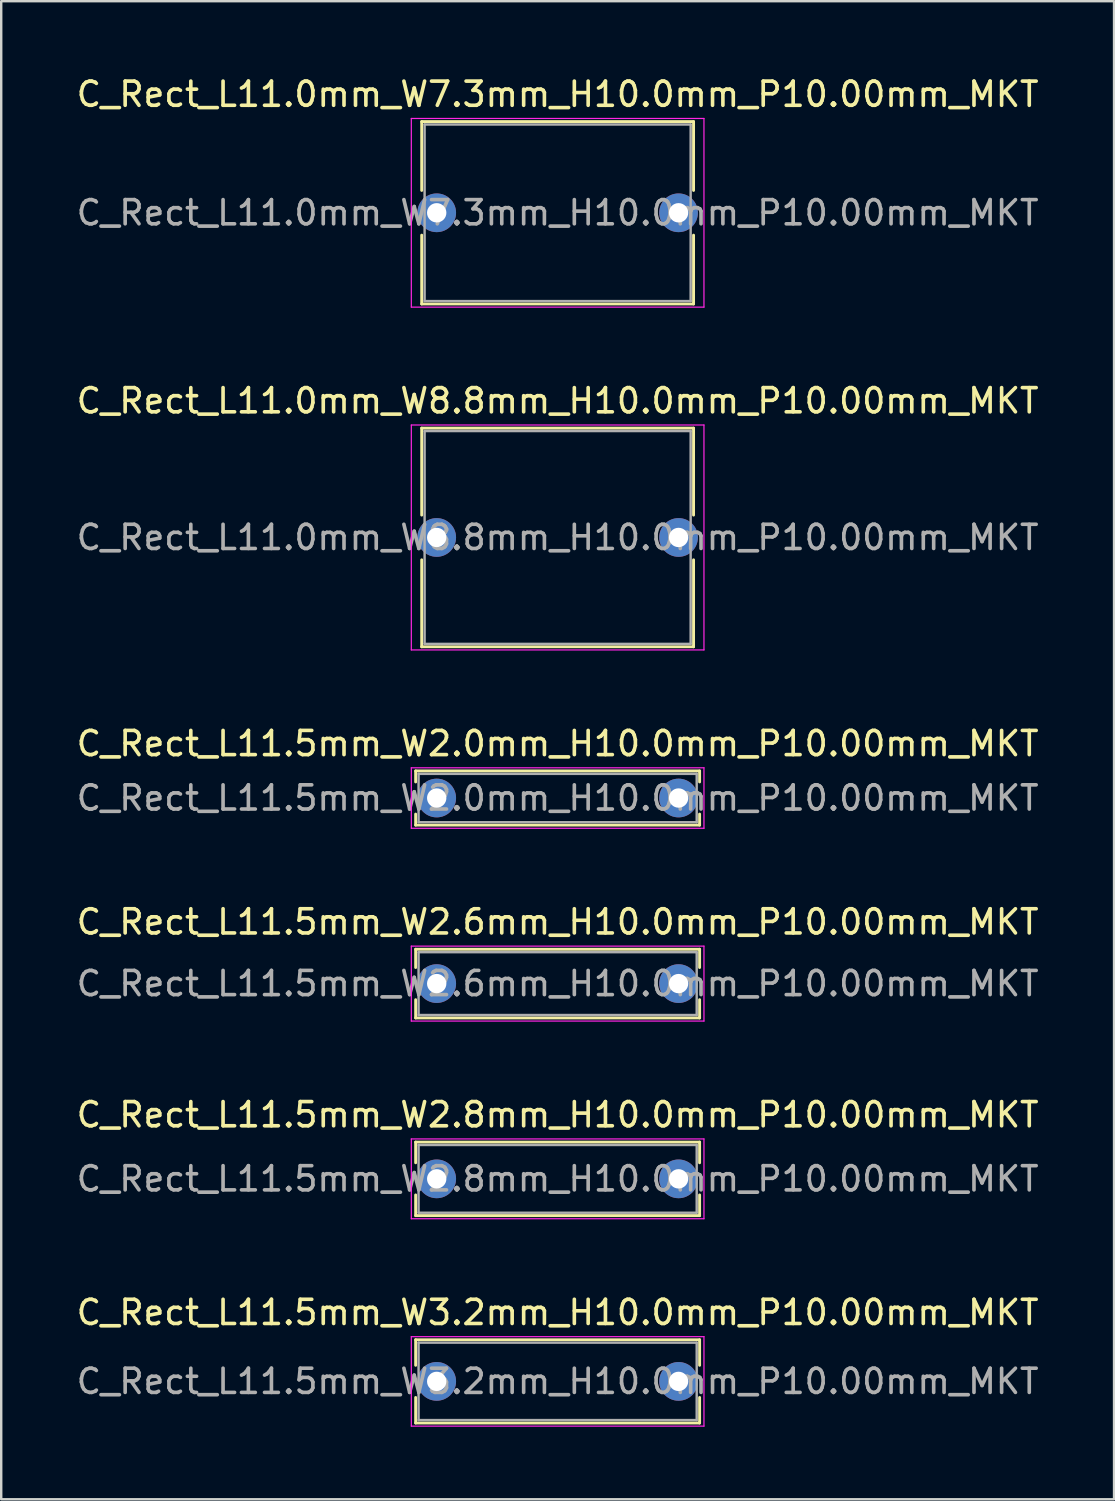
<source format=kicad_pcb>
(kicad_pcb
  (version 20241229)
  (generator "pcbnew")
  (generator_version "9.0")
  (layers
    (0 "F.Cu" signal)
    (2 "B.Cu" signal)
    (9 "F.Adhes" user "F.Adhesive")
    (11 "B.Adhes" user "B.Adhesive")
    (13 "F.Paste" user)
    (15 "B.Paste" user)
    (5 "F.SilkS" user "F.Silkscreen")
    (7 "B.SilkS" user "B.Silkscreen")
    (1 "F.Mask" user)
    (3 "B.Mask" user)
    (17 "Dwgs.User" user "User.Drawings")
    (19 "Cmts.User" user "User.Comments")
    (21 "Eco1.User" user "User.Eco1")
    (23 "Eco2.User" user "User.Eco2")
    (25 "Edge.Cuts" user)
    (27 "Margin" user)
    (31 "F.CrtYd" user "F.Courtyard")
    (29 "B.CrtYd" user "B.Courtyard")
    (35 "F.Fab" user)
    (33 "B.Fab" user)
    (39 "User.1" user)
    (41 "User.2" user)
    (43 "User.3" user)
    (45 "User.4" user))
  (footprint "C_Rect_L11.0mm_W7.3mm_H10.0mm_P10.00mm_MKT"
    (layer "F.Cu")
    (at 15.006 5.748)
    (property "Reference" "C_Rect_L11.0mm_W7.3mm_H10.0mm_P10.00mm_MKT" (at 5 -4.9 0) (layer "F.SilkS") (effects (font (size 1 1) (thickness 0.15))))
    (attr through_hole)
    (fp_line (start -0.62 -3.77) (end -0.62 -0.925) (stroke (width 0.12) (type solid)) (layer "F.SilkS"))
    (fp_line (start -0.62 -3.77) (end 10.62 -3.77) (stroke (width 0.12) (type solid)) (layer "F.SilkS"))
    (fp_line (start -0.62 0.925) (end -0.62 3.77) (stroke (width 0.12) (type solid)) (layer "F.SilkS"))
    (fp_line (start -0.62 3.77) (end 10.62 3.77) (stroke (width 0.12) (type solid)) (layer "F.SilkS"))
    (fp_line (start 10.62 -3.77) (end 10.62 -0.925) (stroke (width 0.12) (type solid)) (layer "F.SilkS"))
    (fp_line (start 10.62 0.925) (end 10.62 3.77) (stroke (width 0.12) (type solid)) (layer "F.SilkS"))
    (fp_line (start -1.05 -3.9) (end -1.05 3.9) (stroke (width 0.05) (type solid)) (layer "F.CrtYd"))
    (fp_line (start -1.05 3.9) (end 11.05 3.9) (stroke (width 0.05) (type solid)) (layer "F.CrtYd"))
    (fp_line (start 11.05 -3.9) (end -1.05 -3.9) (stroke (width 0.05) (type solid)) (layer "F.CrtYd"))
    (fp_line (start 11.05 3.9) (end 11.05 -3.9) (stroke (width 0.05) (type solid)) (layer "F.CrtYd"))
    (fp_line (start -0.5 -3.65) (end -0.5 3.65) (stroke (width 0.1) (type solid)) (layer "F.Fab"))
    (fp_line (start -0.5 3.65) (end 10.5 3.65) (stroke (width 0.1) (type solid)) (layer "F.Fab"))
    (fp_line (start 10.5 -3.65) (end -0.5 -3.65) (stroke (width 0.1) (type solid)) (layer "F.Fab"))
    (fp_line (start 10.5 3.65) (end 10.5 -3.65) (stroke (width 0.1) (type solid)) (layer "F.Fab"))
    (fp_text user "${REFERENCE}" (at 5 0 0) (layer "F.Fab") (effects (font (size 1 1) (thickness 0.15))))
    (pad "1" thru_hole circle (at 0 0) (size 1.6 1.6) (drill 0.8) (layers "*.Cu" "*.Mask"))
    (pad "2" thru_hole circle (at 10 0) (size 1.6 1.6) (drill 0.8) (layers "*.Cu" "*.Mask")))
  (footprint "C_Rect_L11.5mm_W2.6mm_H10.0mm_P10.00mm_MKT"
    (layer "F.Cu")
    (at 15.006 37.618)
    (property "Reference" "C_Rect_L11.5mm_W2.6mm_H10.0mm_P10.00mm_MKT" (at 5 -2.55 0) (layer "F.SilkS") (effects (font (size 1 1) (thickness 0.15))))
    (attr through_hole)
    (fp_line (start -0.87 -1.42) (end -0.87 -0.665) (stroke (width 0.12) (type solid)) (layer "F.SilkS"))
    (fp_line (start -0.87 -1.42) (end 10.87 -1.42) (stroke (width 0.12) (type solid)) (layer "F.SilkS"))
    (fp_line (start -0.87 0.665) (end -0.87 1.42) (stroke (width 0.12) (type solid)) (layer "F.SilkS"))
    (fp_line (start -0.87 1.42) (end 10.87 1.42) (stroke (width 0.12) (type solid)) (layer "F.SilkS"))
    (fp_line (start 10.87 -1.42) (end 10.87 -0.665) (stroke (width 0.12) (type solid)) (layer "F.SilkS"))
    (fp_line (start 10.87 0.665) (end 10.87 1.42) (stroke (width 0.12) (type solid)) (layer "F.SilkS"))
    (fp_line (start -1.05 -1.55) (end -1.05 1.55) (stroke (width 0.05) (type solid)) (layer "F.CrtYd"))
    (fp_line (start -1.05 1.55) (end 11.05 1.55) (stroke (width 0.05) (type solid)) (layer "F.CrtYd"))
    (fp_line (start 11.05 -1.55) (end -1.05 -1.55) (stroke (width 0.05) (type solid)) (layer "F.CrtYd"))
    (fp_line (start 11.05 1.55) (end 11.05 -1.55) (stroke (width 0.05) (type solid)) (layer "F.CrtYd"))
    (fp_line (start -0.75 -1.3) (end -0.75 1.3) (stroke (width 0.1) (type solid)) (layer "F.Fab"))
    (fp_line (start -0.75 1.3) (end 10.75 1.3) (stroke (width 0.1) (type solid)) (layer "F.Fab"))
    (fp_line (start 10.75 -1.3) (end -0.75 -1.3) (stroke (width 0.1) (type solid)) (layer "F.Fab"))
    (fp_line (start 10.75 1.3) (end 10.75 -1.3) (stroke (width 0.1) (type solid)) (layer "F.Fab"))
    (fp_text user "${REFERENCE}" (at 5 0 0) (layer "F.Fab") (effects (font (size 1 1) (thickness 0.15))))
    (pad "1" thru_hole circle (at 0 0) (size 1.6 1.6) (drill 0.8) (layers "*.Cu" "*.Mask"))
    (pad "2" thru_hole circle (at 10 0) (size 1.6 1.6) (drill 0.8) (layers "*.Cu" "*.Mask")))
  (footprint "C_Rect_L11.5mm_W2.8mm_H10.0mm_P10.00mm_MKT"
    (layer "F.Cu")
    (at 15.006 45.691)
    (property "Reference" "C_Rect_L11.5mm_W2.8mm_H10.0mm_P10.00mm_MKT" (at 5 -2.65 0) (layer "F.SilkS") (effects (font (size 1 1) (thickness 0.15))))
    (attr through_hole)
    (fp_line (start -0.87 -1.52) (end -0.87 -0.665) (stroke (width 0.12) (type solid)) (layer "F.SilkS"))
    (fp_line (start -0.87 -1.52) (end 10.87 -1.52) (stroke (width 0.12) (type solid)) (layer "F.SilkS"))
    (fp_line (start -0.87 0.665) (end -0.87 1.52) (stroke (width 0.12) (type solid)) (layer "F.SilkS"))
    (fp_line (start -0.87 1.52) (end 10.87 1.52) (stroke (width 0.12) (type solid)) (layer "F.SilkS"))
    (fp_line (start 10.87 -1.52) (end 10.87 -0.665) (stroke (width 0.12) (type solid)) (layer "F.SilkS"))
    (fp_line (start 10.87 0.665) (end 10.87 1.52) (stroke (width 0.12) (type solid)) (layer "F.SilkS"))
    (fp_line (start -1.05 -1.65) (end -1.05 1.65) (stroke (width 0.05) (type solid)) (layer "F.CrtYd"))
    (fp_line (start -1.05 1.65) (end 11.05 1.65) (stroke (width 0.05) (type solid)) (layer "F.CrtYd"))
    (fp_line (start 11.05 -1.65) (end -1.05 -1.65) (stroke (width 0.05) (type solid)) (layer "F.CrtYd"))
    (fp_line (start 11.05 1.65) (end 11.05 -1.65) (stroke (width 0.05) (type solid)) (layer "F.CrtYd"))
    (fp_line (start -0.75 -1.4) (end -0.75 1.4) (stroke (width 0.1) (type solid)) (layer "F.Fab"))
    (fp_line (start -0.75 1.4) (end 10.75 1.4) (stroke (width 0.1) (type solid)) (layer "F.Fab"))
    (fp_line (start 10.75 -1.4) (end -0.75 -1.4) (stroke (width 0.1) (type solid)) (layer "F.Fab"))
    (fp_line (start 10.75 1.4) (end 10.75 -1.4) (stroke (width 0.1) (type solid)) (layer "F.Fab"))
    (fp_text user "${REFERENCE}" (at 5 0 0) (layer "F.Fab") (effects (font (size 1 1) (thickness 0.15))))
    (pad "1" thru_hole circle (at 0 0) (size 1.6 1.6) (drill 0.8) (layers "*.Cu" "*.Mask"))
    (pad "2" thru_hole circle (at 10 0) (size 1.6 1.6) (drill 0.8) (layers "*.Cu" "*.Mask")))
  (footprint "C_Rect_L11.5mm_W2.0mm_H10.0mm_P10.00mm_MKT"
    (layer "F.Cu")
    (at 15.006 29.945)
    (property "Reference" "C_Rect_L11.5mm_W2.0mm_H10.0mm_P10.00mm_MKT" (at 5 -2.25 0) (layer "F.SilkS") (effects (font (size 1 1) (thickness 0.15))))
    (attr through_hole)
    (fp_line (start -0.87 -1.12) (end -0.87 -0.665) (stroke (width 0.12) (type solid)) (layer "F.SilkS"))
    (fp_line (start -0.87 -1.12) (end 10.87 -1.12) (stroke (width 0.12) (type solid)) (layer "F.SilkS"))
    (fp_line (start -0.87 0.665) (end -0.87 1.12) (stroke (width 0.12) (type solid)) (layer "F.SilkS"))
    (fp_line (start -0.87 1.12) (end 10.87 1.12) (stroke (width 0.12) (type solid)) (layer "F.SilkS"))
    (fp_line (start 10.87 -1.12) (end 10.87 -0.665) (stroke (width 0.12) (type solid)) (layer "F.SilkS"))
    (fp_line (start 10.87 0.665) (end 10.87 1.12) (stroke (width 0.12) (type solid)) (layer "F.SilkS"))
    (fp_line (start -1.05 -1.25) (end -1.05 1.25) (stroke (width 0.05) (type solid)) (layer "F.CrtYd"))
    (fp_line (start -1.05 1.25) (end 11.05 1.25) (stroke (width 0.05) (type solid)) (layer "F.CrtYd"))
    (fp_line (start 11.05 -1.25) (end -1.05 -1.25) (stroke (width 0.05) (type solid)) (layer "F.CrtYd"))
    (fp_line (start 11.05 1.25) (end 11.05 -1.25) (stroke (width 0.05) (type solid)) (layer "F.CrtYd"))
    (fp_line (start -0.75 -1) (end -0.75 1) (stroke (width 0.1) (type solid)) (layer "F.Fab"))
    (fp_line (start -0.75 1) (end 10.75 1) (stroke (width 0.1) (type solid)) (layer "F.Fab"))
    (fp_line (start 10.75 -1) (end -0.75 -1) (stroke (width 0.1) (type solid)) (layer "F.Fab"))
    (fp_line (start 10.75 1) (end 10.75 -1) (stroke (width 0.1) (type solid)) (layer "F.Fab"))
    (fp_text user "${REFERENCE}" (at 5 0 0) (layer "F.Fab") (effects (font (size 1 1) (thickness 0.15))))
    (pad "1" thru_hole circle (at 0 0) (size 1.6 1.6) (drill 0.8) (layers "*.Cu" "*.Mask"))
    (pad "2" thru_hole circle (at 10 0) (size 1.6 1.6) (drill 0.8) (layers "*.Cu" "*.Mask")))
  (footprint "C_Rect_L11.0mm_W8.8mm_H10.0mm_P10.00mm_MKT"
    (layer "F.Cu")
    (at 15.006 19.172)
    (property "Reference" "C_Rect_L11.0mm_W8.8mm_H10.0mm_P10.00mm_MKT" (at 5 -5.65 0) (layer "F.SilkS") (effects (font (size 1 1) (thickness 0.15))))
    (attr through_hole)
    (fp_line (start -0.62 -4.52) (end -0.62 -0.925) (stroke (width 0.12) (type solid)) (layer "F.SilkS"))
    (fp_line (start -0.62 -4.52) (end 10.62 -4.52) (stroke (width 0.12) (type solid)) (layer "F.SilkS"))
    (fp_line (start -0.62 0.925) (end -0.62 4.52) (stroke (width 0.12) (type solid)) (layer "F.SilkS"))
    (fp_line (start -0.62 4.52) (end 10.62 4.52) (stroke (width 0.12) (type solid)) (layer "F.SilkS"))
    (fp_line (start 10.62 -4.52) (end 10.62 -0.925) (stroke (width 0.12) (type solid)) (layer "F.SilkS"))
    (fp_line (start 10.62 0.925) (end 10.62 4.52) (stroke (width 0.12) (type solid)) (layer "F.SilkS"))
    (fp_line (start -1.05 -4.65) (end -1.05 4.65) (stroke (width 0.05) (type solid)) (layer "F.CrtYd"))
    (fp_line (start -1.05 4.65) (end 11.05 4.65) (stroke (width 0.05) (type solid)) (layer "F.CrtYd"))
    (fp_line (start 11.05 -4.65) (end -1.05 -4.65) (stroke (width 0.05) (type solid)) (layer "F.CrtYd"))
    (fp_line (start 11.05 4.65) (end 11.05 -4.65) (stroke (width 0.05) (type solid)) (layer "F.CrtYd"))
    (fp_line (start -0.5 -4.4) (end -0.5 4.4) (stroke (width 0.1) (type solid)) (layer "F.Fab"))
    (fp_line (start -0.5 4.4) (end 10.5 4.4) (stroke (width 0.1) (type solid)) (layer "F.Fab"))
    (fp_line (start 10.5 -4.4) (end -0.5 -4.4) (stroke (width 0.1) (type solid)) (layer "F.Fab"))
    (fp_line (start 10.5 4.4) (end 10.5 -4.4) (stroke (width 0.1) (type solid)) (layer "F.Fab"))
    (fp_text user "${REFERENCE}" (at 5 0 0) (layer "F.Fab") (effects (font (size 1 1) (thickness 0.15))))
    (pad "1" thru_hole circle (at 0 0) (size 1.6 1.6) (drill 0.8) (layers "*.Cu" "*.Mask"))
    (pad "2" thru_hole circle (at 10 0) (size 1.6 1.6) (drill 0.8) (layers "*.Cu" "*.Mask")))
  (footprint "C_Rect_L11.5mm_W3.2mm_H10.0mm_P10.00mm_MKT"
    (layer "F.Cu")
    (at 15.006 54.065)
    (property "Reference" "C_Rect_L11.5mm_W3.2mm_H10.0mm_P10.00mm_MKT" (at 5 -2.85 0) (layer "F.SilkS") (effects (font (size 1 1) (thickness 0.15))))
    (attr through_hole)
    (fp_line (start -0.87 -1.721) (end -0.87 -0.665) (stroke (width 0.12) (type solid)) (layer "F.SilkS"))
    (fp_line (start -0.87 -1.721) (end 10.87 -1.721) (stroke (width 0.12) (type solid)) (layer "F.SilkS"))
    (fp_line (start -0.87 0.665) (end -0.87 1.721) (stroke (width 0.12) (type solid)) (layer "F.SilkS"))
    (fp_line (start -0.87 1.721) (end 10.87 1.721) (stroke (width 0.12) (type solid)) (layer "F.SilkS"))
    (fp_line (start 10.87 -1.721) (end 10.87 -0.665) (stroke (width 0.12) (type solid)) (layer "F.SilkS"))
    (fp_line (start 10.87 0.665) (end 10.87 1.721) (stroke (width 0.12) (type solid)) (layer "F.SilkS"))
    (fp_line (start -1.05 -1.85) (end -1.05 1.85) (stroke (width 0.05) (type solid)) (layer "F.CrtYd"))
    (fp_line (start -1.05 1.85) (end 11.05 1.85) (stroke (width 0.05) (type solid)) (layer "F.CrtYd"))
    (fp_line (start 11.05 -1.85) (end -1.05 -1.85) (stroke (width 0.05) (type solid)) (layer "F.CrtYd"))
    (fp_line (start 11.05 1.85) (end 11.05 -1.85) (stroke (width 0.05) (type solid)) (layer "F.CrtYd"))
    (fp_line (start -0.75 -1.6) (end -0.75 1.6) (stroke (width 0.1) (type solid)) (layer "F.Fab"))
    (fp_line (start -0.75 1.6) (end 10.75 1.6) (stroke (width 0.1) (type solid)) (layer "F.Fab"))
    (fp_line (start 10.75 -1.6) (end -0.75 -1.6) (stroke (width 0.1) (type solid)) (layer "F.Fab"))
    (fp_line (start 10.75 1.6) (end 10.75 -1.6) (stroke (width 0.1) (type solid)) (layer "F.Fab"))
    (fp_text user "${REFERENCE}" (at 5 0 0) (layer "F.Fab") (effects (font (size 1 1) (thickness 0.15))))
    (pad "1" thru_hole circle (at 0 0) (size 1.6 1.6) (drill 0.8) (layers "*.Cu" "*.Mask"))
    (pad "2" thru_hole circle (at 10 0) (size 1.6 1.6) (drill 0.8) (layers "*.Cu" "*.Mask")))
  (gr_rect
    (start -3 -3)
    (end 43.012 58.94)
    (stroke (width 0.1) (type default))
    (fill no)
    (layer "Edge.Cuts")))
</source>
